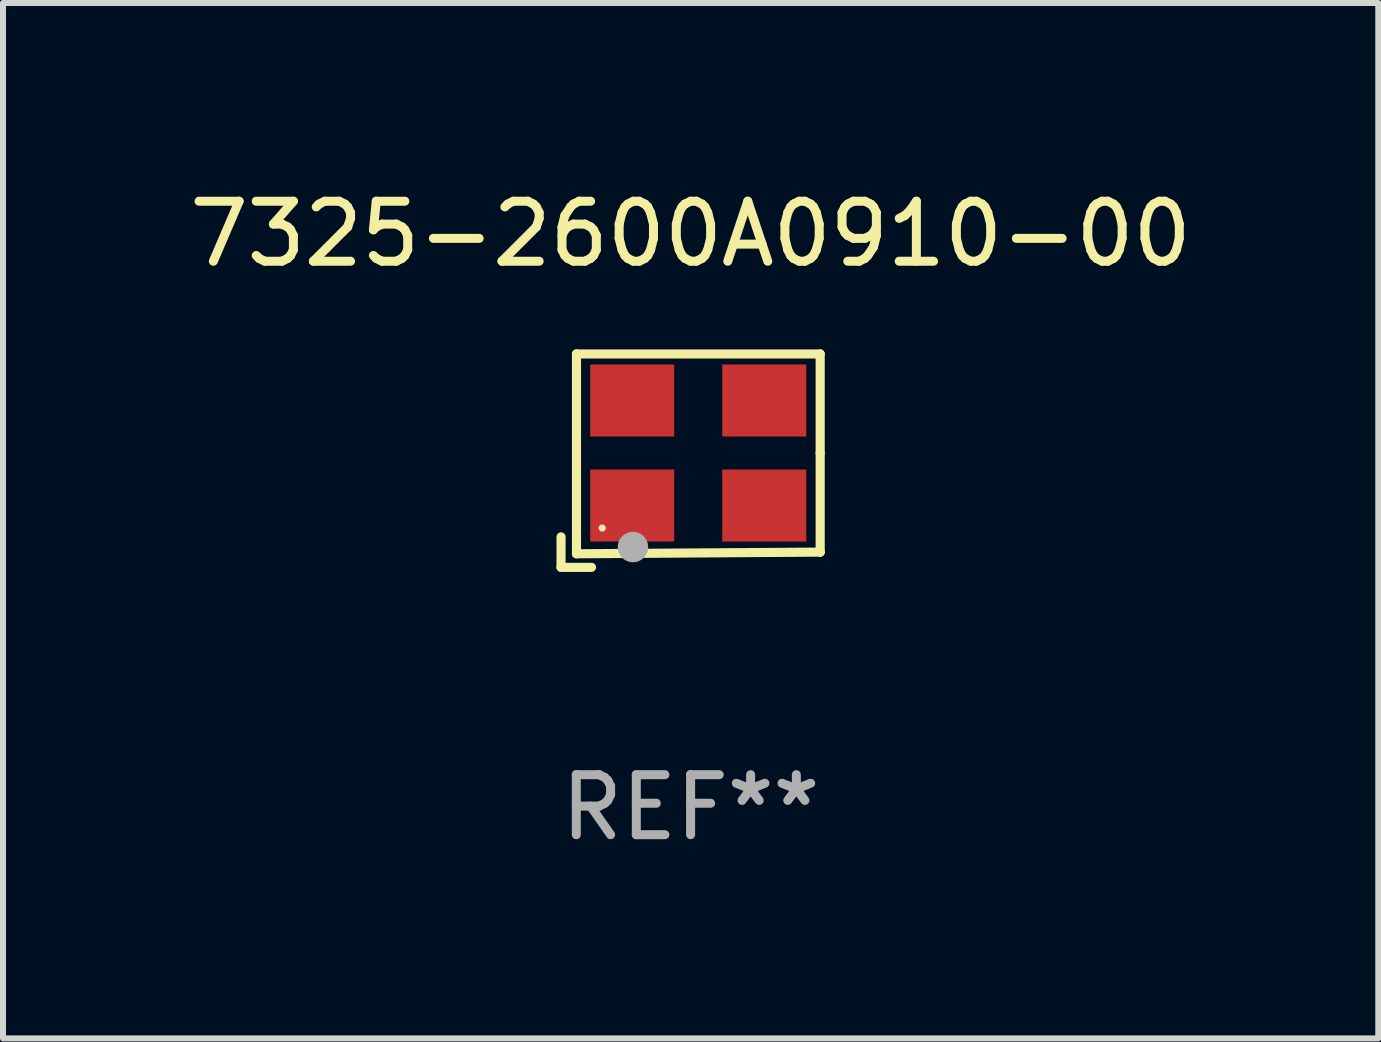
<source format=kicad_pcb>
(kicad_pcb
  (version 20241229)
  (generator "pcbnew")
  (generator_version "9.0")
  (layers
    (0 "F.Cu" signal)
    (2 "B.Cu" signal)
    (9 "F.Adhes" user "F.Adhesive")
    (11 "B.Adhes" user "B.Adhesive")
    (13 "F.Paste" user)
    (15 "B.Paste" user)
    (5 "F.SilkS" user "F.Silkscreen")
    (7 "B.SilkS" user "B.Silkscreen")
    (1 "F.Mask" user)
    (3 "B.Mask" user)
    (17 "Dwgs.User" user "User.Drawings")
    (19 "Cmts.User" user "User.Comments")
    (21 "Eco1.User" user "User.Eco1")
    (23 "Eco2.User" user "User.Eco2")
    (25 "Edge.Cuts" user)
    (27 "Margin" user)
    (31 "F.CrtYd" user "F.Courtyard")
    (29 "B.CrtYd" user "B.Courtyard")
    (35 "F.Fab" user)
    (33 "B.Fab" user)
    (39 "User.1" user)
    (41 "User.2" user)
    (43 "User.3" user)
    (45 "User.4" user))
  (footprint "7325-2600A0910-00"
    (layer "F.Cu")
    (at 8.458 4.626)
    (property "Reference" "7325-2600A0910-00" (at 0 -3.778 0) (layer "F.SilkS") (effects (font (size 1 1) (thickness 0.15))))
    (attr through_hole)
    (fp_line (start -2.159 1.27) (end -2.159 1.778) (stroke (width 0.152) (type solid)) (layer "F.SilkS"))
    (fp_line (start -2.159 1.778) (end -1.651 1.778) (stroke (width 0.152) (type solid)) (layer "F.SilkS"))
    (fp_line (start -1.902 -1.778) (end 2.159 -1.778) (stroke (width 0.152) (type solid)) (layer "F.SilkS"))
    (fp_line (start -1.902 1.552) (end -1.902 -1.778) (stroke (width 0.152) (type solid)) (layer "F.SilkS"))
    (fp_line (start 2.159 -1.778) (end 2.159 -0.127) (stroke (width 0.152) (type solid)) (layer "F.SilkS"))
    (fp_line (start 2.159 -0.127) (end 2.159 1.524) (stroke (width 0.152) (type solid)) (layer "F.SilkS"))
    (fp_line (start 2.159 1.524) (end -1.902 1.552) (stroke (width 0.152) (type solid)) (layer "F.SilkS"))
    (fp_line (start 2.159 1.524) (end 2.159 1.524) (stroke (width 0.152) (type solid)) (layer "F.SilkS"))
    (fp_circle (center -1.473 1.123) (end -1.443 1.123) (stroke (width 0.06) (type solid)) (fill no) (layer "F.SilkS"))
    (fp_circle (center -0.961 1.44) (end -0.834 1.44) (stroke (width 0.254) (type solid)) (fill no) (layer "F.Fab"))
    (fp_text user "REF**" (at 0 5.778 0) (layer "F.Fab") (effects (font (size 1 1) (thickness 0.15))))
    (pad "1" smd rect (at -0.973 0.748) (size 1.4 1.2) (layers "F.Cu" "F.Mask" "F.Paste"))
    (pad "2" smd rect (at 1.227 0.748) (size 1.4 1.2) (layers "F.Cu" "F.Mask" "F.Paste"))
    (pad "3" smd rect (at 1.227 -1.002) (size 1.4 1.2) (layers "F.Cu" "F.Mask" "F.Paste"))
    (pad "4" smd rect (at -0.973 -1.002) (size 1.4 1.2) (layers "F.Cu" "F.Mask" "F.Paste")))
  (gr_rect
    (start -3 -3)
    (end 19.917 14.253)
    (stroke (width 0.1) (type default))
    (fill no)
    (layer "Edge.Cuts")))
</source>
